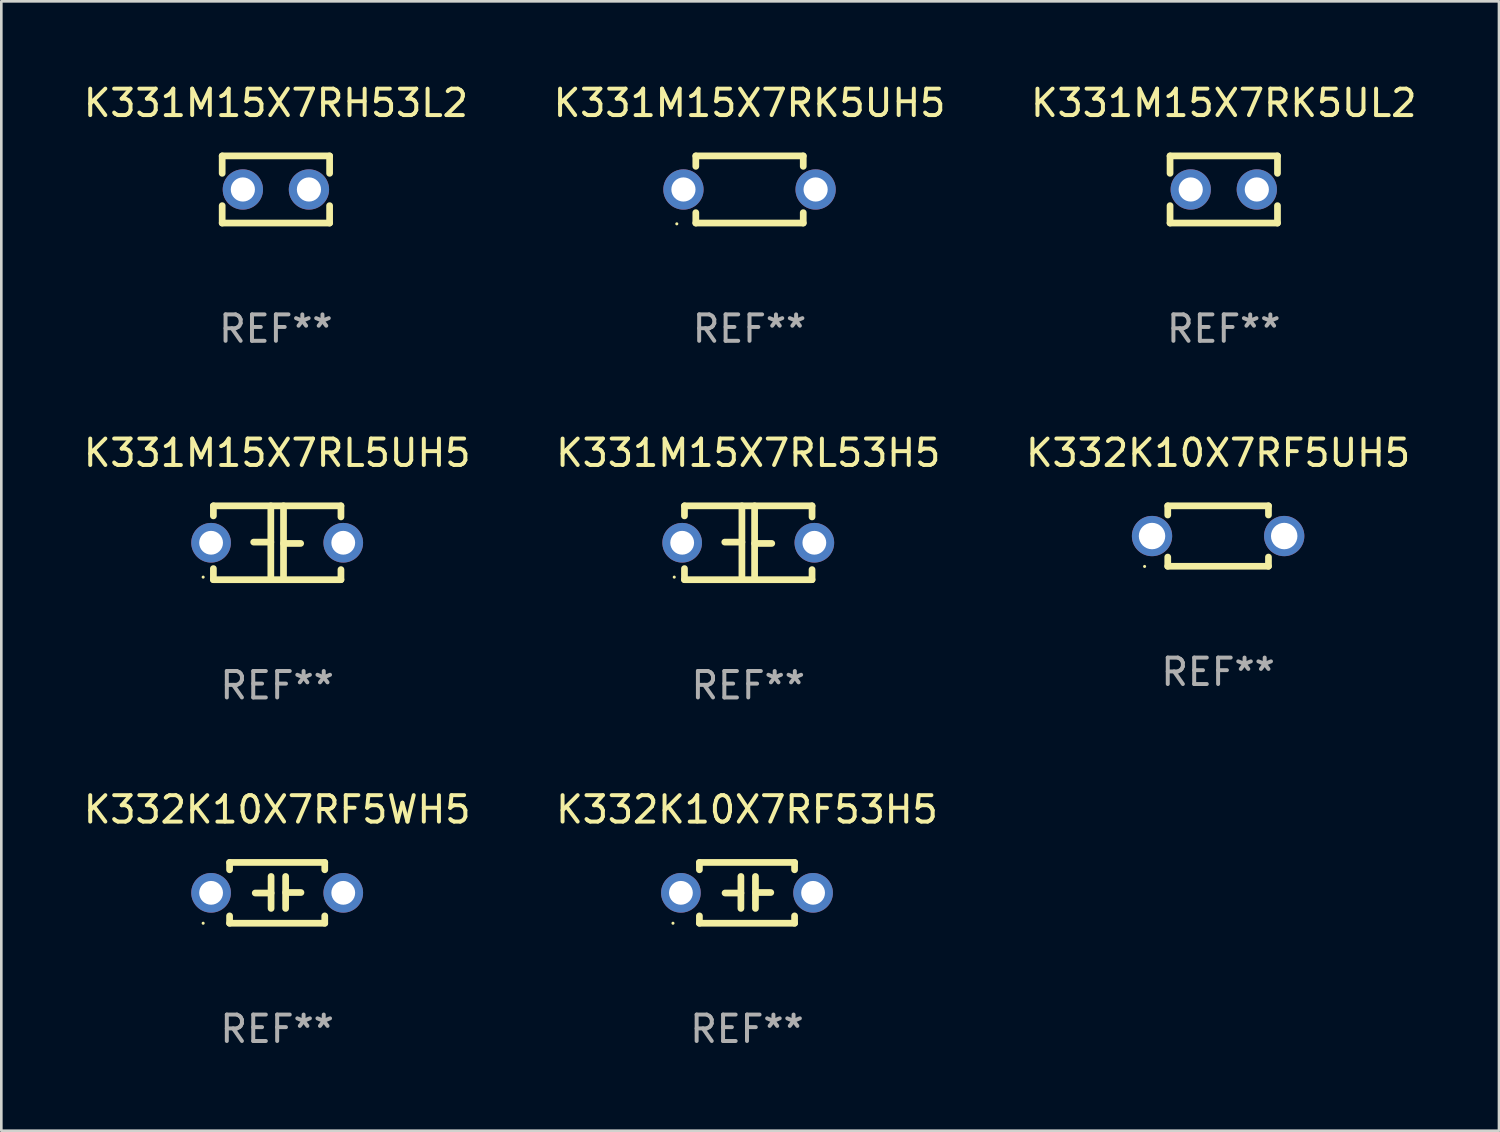
<source format=kicad_pcb>
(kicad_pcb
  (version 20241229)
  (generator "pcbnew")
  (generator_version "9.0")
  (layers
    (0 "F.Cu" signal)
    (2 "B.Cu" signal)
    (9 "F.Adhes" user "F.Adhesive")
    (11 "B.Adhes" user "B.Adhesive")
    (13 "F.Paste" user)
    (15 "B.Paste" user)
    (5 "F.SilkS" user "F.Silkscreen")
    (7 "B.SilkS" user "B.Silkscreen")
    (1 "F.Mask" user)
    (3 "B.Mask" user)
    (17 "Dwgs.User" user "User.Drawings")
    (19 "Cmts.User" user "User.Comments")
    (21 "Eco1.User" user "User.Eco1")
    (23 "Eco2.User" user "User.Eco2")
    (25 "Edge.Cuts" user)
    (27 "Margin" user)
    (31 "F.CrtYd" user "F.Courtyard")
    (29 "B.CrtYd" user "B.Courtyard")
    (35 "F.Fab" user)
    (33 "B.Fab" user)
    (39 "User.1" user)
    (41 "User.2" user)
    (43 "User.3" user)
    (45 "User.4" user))
  (footprint "K332K10X7RF5WH5"
    (layer "F.Cu")
    (at 7.435 30.725)
    (property "Reference" "K332K10X7RF5WH5" (at 0 -3.15 0) (layer "F.SilkS") (effects (font (size 1 1) (thickness 0.15))))
    (attr through_hole)
    (fp_line (start -1.8 -1.15) (end -1.8 -0.872) (stroke (width 0.254) (type solid)) (layer "F.SilkS"))
    (fp_line (start -1.8 -1.15) (end 1.8 -1.15) (stroke (width 0.254) (type solid)) (layer "F.SilkS"))
    (fp_line (start -1.8 0.872) (end -1.8 1.15) (stroke (width 0.254) (type solid)) (layer "F.SilkS"))
    (fp_line (start -1.8 1.15) (end 1.8 1.15) (stroke (width 0.254) (type solid)) (layer "F.SilkS"))
    (fp_line (start -0.23 -0.62) (end -0.23 0.59) (stroke (width 0.254) (type solid)) (layer "F.SilkS"))
    (fp_line (start -0.23 0.007) (end -0.83 0.007) (stroke (width 0.254) (type solid)) (layer "F.SilkS"))
    (fp_line (start 0.32 -0.62) (end 0.32 0.59) (stroke (width 0.254) (type solid)) (layer "F.SilkS"))
    (fp_line (start 0.32 -0.012) (end 0.9 -0.012) (stroke (width 0.254) (type solid)) (layer "F.SilkS"))
    (fp_line (start 1.8 -1.15) (end 1.8 -0.872) (stroke (width 0.254) (type solid)) (layer "F.SilkS"))
    (fp_line (start 1.8 0.872) (end 1.8 1.15) (stroke (width 0.254) (type solid)) (layer "F.SilkS"))
    (fp_circle (center -2.8 1.15) (end -2.77 1.15) (stroke (width 0.06) (type solid)) (fill no) (layer "F.SilkS"))
    (fp_text user "REF**" (at 0 5.15 0) (layer "F.Fab") (effects (font (size 1 1) (thickness 0.15))))
    (pad "1" thru_hole circle (at -2.5 0) (size 1.5 1.5) (drill 0.9) (layers "*.Cu" "*.Mask"))
    (pad "2" thru_hole circle (at 2.5 0) (size 1.5 1.5) (drill 0.9) (layers "*.Cu" "*.Mask")))
  (footprint "K331M15X7RH53L2"
    (layer "F.Cu")
    (at 7.387 4.118)
    (property "Reference" "K331M15X7RH53L2" (at 0 -3.27 0) (layer "F.SilkS") (effects (font (size 1 1) (thickness 0.15))))
    (attr through_hole)
    (fp_line (start -2.032 -1.27) (end -2.032 -0.611) (stroke (width 0.254) (type solid)) (layer "F.SilkS"))
    (fp_line (start -2.032 0.611) (end -2.032 1.27) (stroke (width 0.254) (type solid)) (layer "F.SilkS"))
    (fp_line (start -2.032 1.27) (end 2.032 1.27) (stroke (width 0.254) (type solid)) (layer "F.SilkS"))
    (fp_line (start 2.032 -1.27) (end -2.032 -1.27) (stroke (width 0.254) (type solid)) (layer "F.SilkS"))
    (fp_line (start 2.032 -0.611) (end 2.032 -1.27) (stroke (width 0.254) (type solid)) (layer "F.SilkS"))
    (fp_line (start 2.032 1.27) (end 2.032 0.611) (stroke (width 0.254) (type solid)) (layer "F.SilkS"))
    (fp_circle (center -2 1.3) (end -1.97 1.3) (stroke (width 0.06) (type solid)) (fill no) (layer "F.SilkS"))
    (fp_text user "REF**" (at 0 5.27 0) (layer "F.Fab") (effects (font (size 1 1) (thickness 0.15))))
    (pad "1" thru_hole circle (at -1.25 0) (size 1.524 1.524) (drill 0.914) (layers "*.Cu" "*.Mask"))
    (pad "2" thru_hole circle (at 1.25 0) (size 1.524 1.524) (drill 0.914) (layers "*.Cu" "*.Mask")))
  (footprint "K331M15X7RK5UH5"
    (layer "F.Cu")
    (at 25.304 4.118)
    (property "Reference" "K331M15X7RK5UH5" (at 0 -3.27 0) (layer "F.SilkS") (effects (font (size 1 1) (thickness 0.15))))
    (attr through_hole)
    (fp_line (start -2.032 -1.27) (end -2.032 -0.876) (stroke (width 0.254) (type solid)) (layer "F.SilkS"))
    (fp_line (start -2.032 0.876) (end -2.032 1.27) (stroke (width 0.254) (type solid)) (layer "F.SilkS"))
    (fp_line (start -2.032 1.27) (end 2.032 1.27) (stroke (width 0.254) (type solid)) (layer "F.SilkS"))
    (fp_line (start 2.032 -1.27) (end -2.032 -1.27) (stroke (width 0.254) (type solid)) (layer "F.SilkS"))
    (fp_line (start 2.032 -0.876) (end 2.032 -1.27) (stroke (width 0.254) (type solid)) (layer "F.SilkS"))
    (fp_line (start 2.032 1.27) (end 2.032 0.876) (stroke (width 0.254) (type solid)) (layer "F.SilkS"))
    (fp_circle (center -2.751 1.3) (end -2.721 1.3) (stroke (width 0.06) (type solid)) (fill no) (layer "F.SilkS"))
    (fp_text user "REF**" (at 0 5.27 0) (layer "F.Fab") (effects (font (size 1 1) (thickness 0.15))))
    (pad "1" thru_hole circle (at -2.5 0) (size 1.524 1.524) (drill 0.914) (layers "*.Cu" "*.Mask"))
    (pad "2" thru_hole circle (at 2.5 0) (size 1.524 1.524) (drill 0.914) (layers "*.Cu" "*.Mask")))
  (footprint "K332K10X7RF5UH5"
    (layer "F.Cu")
    (at 43.03 17.228)
    (property "Reference" "K332K10X7RF5UH5" (at 0 -3.143 0) (layer "F.SilkS") (effects (font (size 1 1) (thickness 0.15))))
    (attr through_hole)
    (fp_line (start -1.905 -1.143) (end 1.905 -1.143) (stroke (width 0.254) (type solid)) (layer "F.SilkS"))
    (fp_line (start -1.905 -0.795) (end -1.905 -1.143) (stroke (width 0.254) (type solid)) (layer "F.SilkS"))
    (fp_line (start -1.905 1.143) (end -1.905 0.795) (stroke (width 0.254) (type solid)) (layer "F.SilkS"))
    (fp_line (start 1.905 -1.143) (end 1.905 -0.795) (stroke (width 0.254) (type solid)) (layer "F.SilkS"))
    (fp_line (start 1.905 0.795) (end 1.905 1.143) (stroke (width 0.254) (type solid)) (layer "F.SilkS"))
    (fp_line (start 1.905 1.143) (end -1.905 1.143) (stroke (width 0.254) (type solid)) (layer "F.SilkS"))
    (fp_circle (center -2.781 1.15) (end -2.751 1.15) (stroke (width 0.06) (type solid)) (fill no) (layer "F.SilkS"))
    (fp_text user "REF**" (at 0 5.143 0) (layer "F.Fab") (effects (font (size 1 1) (thickness 0.15))))
    (pad "1" thru_hole circle (at -2.5 0) (size 1.524 1.524) (drill 1) (layers "*.Cu" "*.Mask"))
    (pad "2" thru_hole circle (at 2.5 0) (size 1.524 1.524) (drill 1) (layers "*.Cu" "*.Mask")))
  (footprint "K331M15X7RL5UH5"
    (layer "F.Cu")
    (at 7.435 17.482)
    (property "Reference" "K331M15X7RL5UH5" (at 0 -3.397 0) (layer "F.SilkS") (effects (font (size 1 1) (thickness 0.15))))
    (attr through_hole)
    (fp_line (start -2.413 -1.397) (end 2.413 -1.397) (stroke (width 0.254) (type solid)) (layer "F.SilkS"))
    (fp_line (start -2.413 -1.016) (end -2.413 -1.397) (stroke (width 0.254) (type solid)) (layer "F.SilkS"))
    (fp_line (start -2.413 0.977) (end -2.413 1.397) (stroke (width 0.254) (type solid)) (layer "F.SilkS"))
    (fp_line (start -0.24 -0.025) (end -0.889 -0.025) (stroke (width 0.254) (type solid)) (layer "F.SilkS"))
    (fp_line (start -0.24 1.397) (end -0.24 -1.397) (stroke (width 0.254) (type solid)) (layer "F.SilkS"))
    (fp_line (start 0.24 -1.397) (end 0.24 1.397) (stroke (width 0.254) (type solid)) (layer "F.SilkS"))
    (fp_line (start 0.24 0.025) (end 0.889 0.025) (stroke (width 0.254) (type solid)) (layer "F.SilkS"))
    (fp_line (start 2.413 -0.977) (end 2.413 -1.397) (stroke (width 0.254) (type solid)) (layer "F.SilkS"))
    (fp_line (start 2.413 1.016) (end 2.413 1.397) (stroke (width 0.254) (type solid)) (layer "F.SilkS"))
    (fp_line (start 2.413 1.397) (end -2.413 1.397) (stroke (width 0.254) (type solid)) (layer "F.SilkS"))
    (fp_circle (center -2.8 1.3) (end -2.77 1.3) (stroke (width 0.06) (type solid)) (fill no) (layer "F.SilkS"))
    (fp_text user "REF**" (at 0 5.397 0) (layer "F.Fab") (effects (font (size 1 1) (thickness 0.15))))
    (pad "1" thru_hole circle (at -2.5 0) (size 1.5 1.5) (drill 0.9) (layers "*.Cu" "*.Mask"))
    (pad "2" thru_hole circle (at 2.5 0) (size 1.5 1.5) (drill 0.9) (layers "*.Cu" "*.Mask")))
  (footprint "K332K10X7RF53H5"
    (layer "F.Cu")
    (at 25.208 30.725)
    (property "Reference" "K332K10X7RF53H5" (at 0 -3.15 0) (layer "F.SilkS") (effects (font (size 1 1) (thickness 0.15))))
    (attr through_hole)
    (fp_line (start -1.8 -1.15) (end -1.8 -0.872) (stroke (width 0.254) (type solid)) (layer "F.SilkS"))
    (fp_line (start -1.8 -1.15) (end 1.8 -1.15) (stroke (width 0.254) (type solid)) (layer "F.SilkS"))
    (fp_line (start -1.8 0.872) (end -1.8 1.15) (stroke (width 0.254) (type solid)) (layer "F.SilkS"))
    (fp_line (start -1.8 1.15) (end 1.8 1.15) (stroke (width 0.254) (type solid)) (layer "F.SilkS"))
    (fp_line (start -0.23 -0.62) (end -0.23 0.59) (stroke (width 0.254) (type solid)) (layer "F.SilkS"))
    (fp_line (start -0.23 0.007) (end -0.83 0.007) (stroke (width 0.254) (type solid)) (layer "F.SilkS"))
    (fp_line (start 0.32 -0.62) (end 0.32 0.59) (stroke (width 0.254) (type solid)) (layer "F.SilkS"))
    (fp_line (start 0.32 -0.012) (end 0.9 -0.012) (stroke (width 0.254) (type solid)) (layer "F.SilkS"))
    (fp_line (start 1.8 -1.15) (end 1.8 -0.872) (stroke (width 0.254) (type solid)) (layer "F.SilkS"))
    (fp_line (start 1.8 0.872) (end 1.8 1.15) (stroke (width 0.254) (type solid)) (layer "F.SilkS"))
    (fp_circle (center -2.8 1.15) (end -2.77 1.15) (stroke (width 0.06) (type solid)) (fill no) (layer "F.SilkS"))
    (fp_text user "REF**" (at 0 5.15 0) (layer "F.Fab") (effects (font (size 1 1) (thickness 0.15))))
    (pad "1" thru_hole circle (at -2.5 0) (size 1.5 1.5) (drill 0.9) (layers "*.Cu" "*.Mask"))
    (pad "2" thru_hole circle (at 2.5 0) (size 1.5 1.5) (drill 0.9) (layers "*.Cu" "*.Mask")))
  (footprint "K331M15X7RK5UL2"
    (layer "F.Cu")
    (at 43.244 4.118)
    (property "Reference" "K331M15X7RK5UL2" (at 0 -3.27 0) (layer "F.SilkS") (effects (font (size 1 1) (thickness 0.15))))
    (attr through_hole)
    (fp_line (start -2.032 -1.27) (end -2.032 -0.611) (stroke (width 0.254) (type solid)) (layer "F.SilkS"))
    (fp_line (start -2.032 0.611) (end -2.032 1.27) (stroke (width 0.254) (type solid)) (layer "F.SilkS"))
    (fp_line (start -2.032 1.27) (end 2.032 1.27) (stroke (width 0.254) (type solid)) (layer "F.SilkS"))
    (fp_line (start 2.032 -1.27) (end -2.032 -1.27) (stroke (width 0.254) (type solid)) (layer "F.SilkS"))
    (fp_line (start 2.032 -0.611) (end 2.032 -1.27) (stroke (width 0.254) (type solid)) (layer "F.SilkS"))
    (fp_line (start 2.032 1.27) (end 2.032 0.611) (stroke (width 0.254) (type solid)) (layer "F.SilkS"))
    (fp_circle (center -2 1.3) (end -1.97 1.3) (stroke (width 0.06) (type solid)) (fill no) (layer "F.SilkS"))
    (fp_text user "REF**" (at 0 5.27 0) (layer "F.Fab") (effects (font (size 1 1) (thickness 0.15))))
    (pad "1" thru_hole circle (at -1.25 0) (size 1.524 1.524) (drill 0.914) (layers "*.Cu" "*.Mask"))
    (pad "2" thru_hole circle (at 1.25 0) (size 1.524 1.524) (drill 0.914) (layers "*.Cu" "*.Mask")))
  (footprint "K331M15X7RL53H5"
    (layer "F.Cu")
    (at 25.256 17.482)
    (property "Reference" "K331M15X7RL53H5" (at 0 -3.397 0) (layer "F.SilkS") (effects (font (size 1 1) (thickness 0.15))))
    (attr through_hole)
    (fp_line (start -2.413 -1.397) (end 2.413 -1.397) (stroke (width 0.254) (type solid)) (layer "F.SilkS"))
    (fp_line (start -2.413 -1.016) (end -2.413 -1.397) (stroke (width 0.254) (type solid)) (layer "F.SilkS"))
    (fp_line (start -2.413 0.977) (end -2.413 1.397) (stroke (width 0.254) (type solid)) (layer "F.SilkS"))
    (fp_line (start -0.24 -0.025) (end -0.889 -0.025) (stroke (width 0.254) (type solid)) (layer "F.SilkS"))
    (fp_line (start -0.24 1.397) (end -0.24 -1.397) (stroke (width 0.254) (type solid)) (layer "F.SilkS"))
    (fp_line (start 0.24 -1.397) (end 0.24 1.397) (stroke (width 0.254) (type solid)) (layer "F.SilkS"))
    (fp_line (start 0.24 0.025) (end 0.889 0.025) (stroke (width 0.254) (type solid)) (layer "F.SilkS"))
    (fp_line (start 2.413 -0.977) (end 2.413 -1.397) (stroke (width 0.254) (type solid)) (layer "F.SilkS"))
    (fp_line (start 2.413 1.016) (end 2.413 1.397) (stroke (width 0.254) (type solid)) (layer "F.SilkS"))
    (fp_line (start 2.413 1.397) (end -2.413 1.397) (stroke (width 0.254) (type solid)) (layer "F.SilkS"))
    (fp_circle (center -2.8 1.3) (end -2.77 1.3) (stroke (width 0.06) (type solid)) (fill no) (layer "F.SilkS"))
    (fp_text user "REF**" (at 0 5.397 0) (layer "F.Fab") (effects (font (size 1 1) (thickness 0.15))))
    (pad "1" thru_hole circle (at -2.5 0) (size 1.5 1.5) (drill 0.9) (layers "*.Cu" "*.Mask"))
    (pad "2" thru_hole circle (at 2.5 0) (size 1.5 1.5) (drill 0.9) (layers "*.Cu" "*.Mask")))
  (gr_rect
    (start -3 -3)
    (end 53.655 39.724)
    (stroke (width 0.1) (type default))
    (fill no)
    (layer "Edge.Cuts")))
</source>
